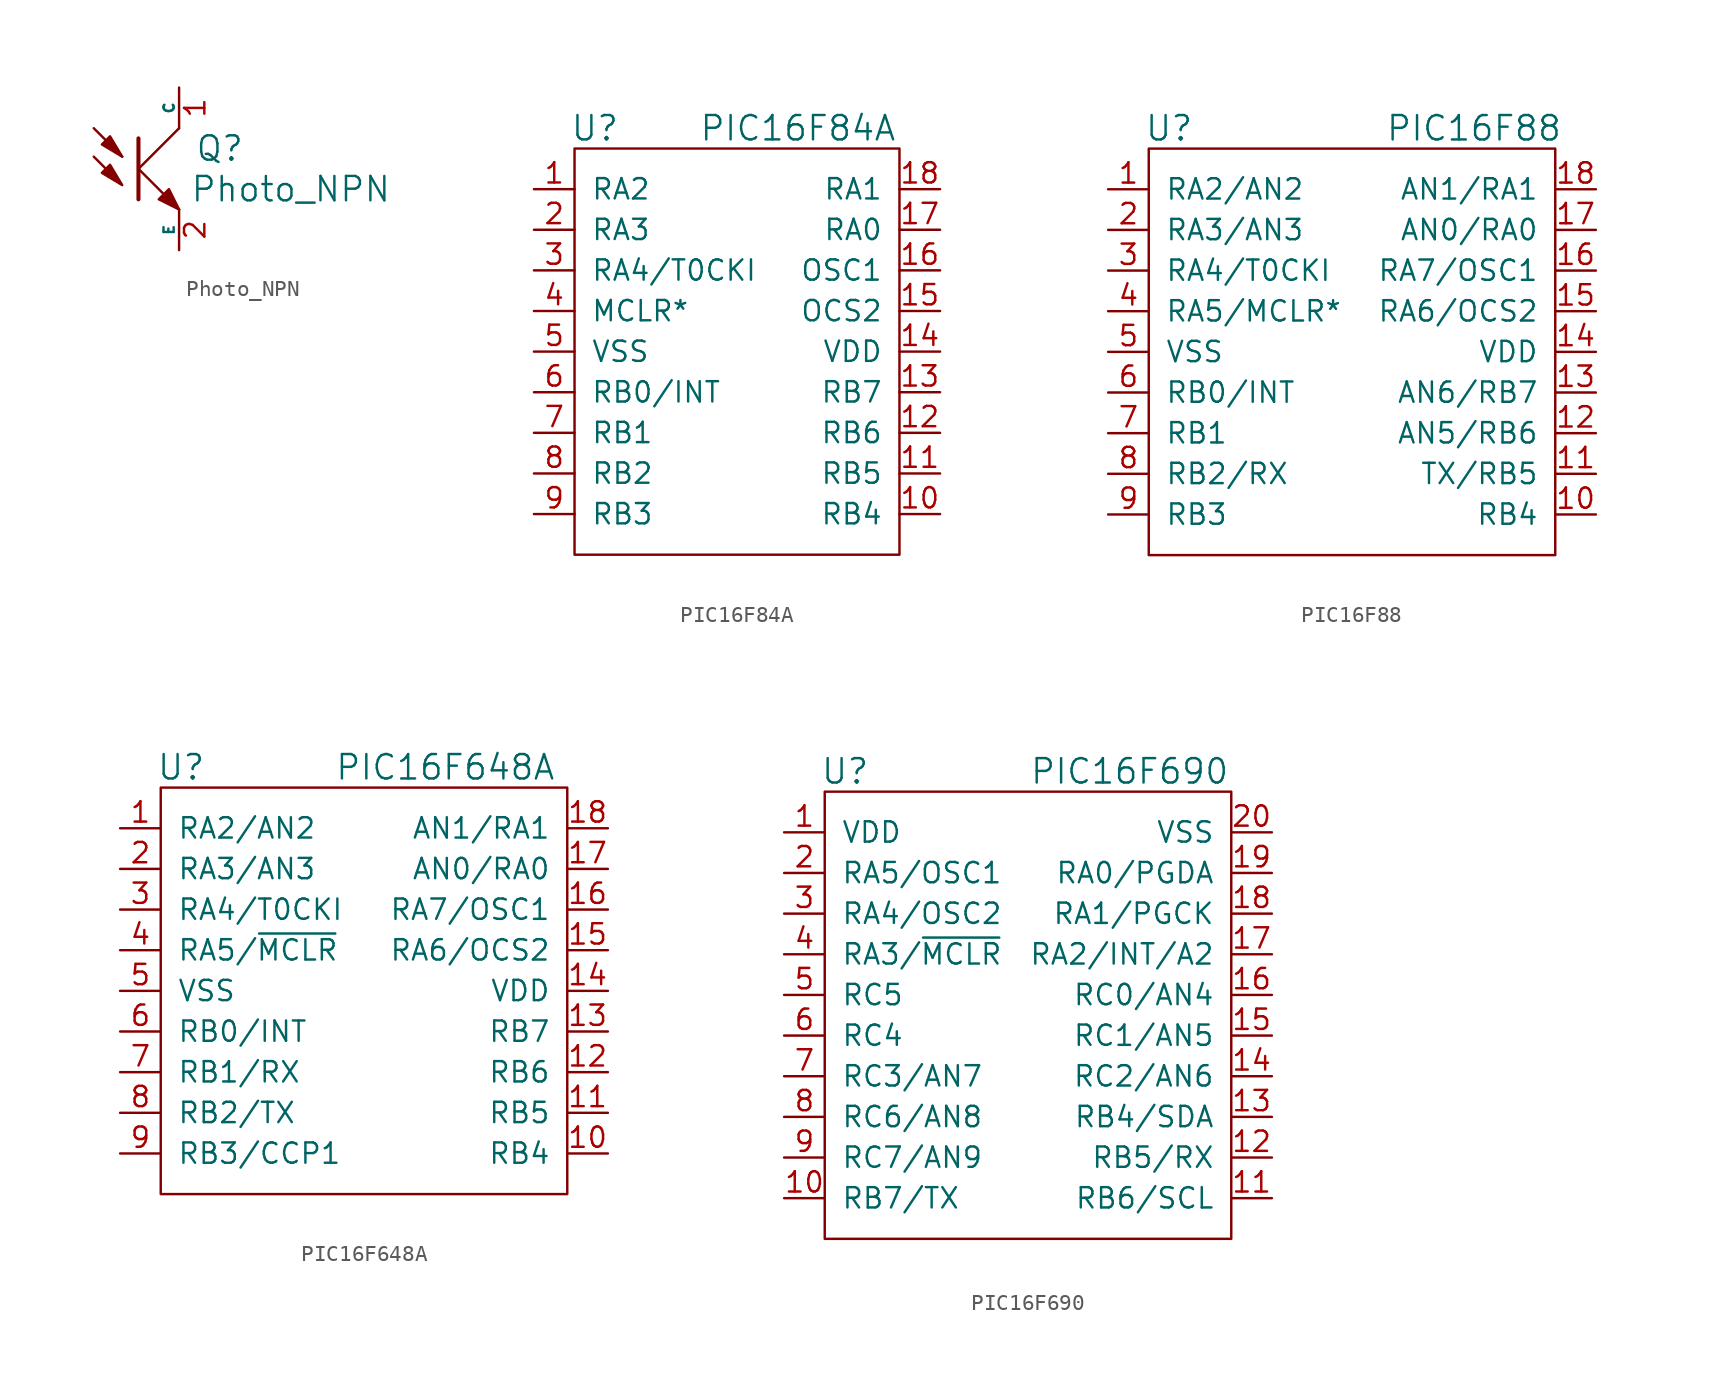
<source format=kicad_sym>
(kicad_symbol_lib
  (version 20211014)
  (generator kicad_symbol_editor)
  (symbol "Photo_NPN"
    (pin_names
      (offset 0))
    (property "Reference" "Q"
      (at 5.08 1.27 0)
      (effects (font (size 1.524 1.524))))
    (property "Value" "Photo_NPN"
      (at 9.525 -1.27 0)
      (effects (font (size 1.524 1.524))))
    (property "Footprint" ""
      (at 0 0 0)
      (effects (font (size 1.524 1.524))))
    (property "Datasheet" ""
      (at 0 0 0)
      (effects (font (size 1.524 1.524))))
    (symbol "Photo_NPN_0_1"
      (polyline (pts (xy -1.016 0.762) (xy -2.794 2.54)) (stroke (width 0) (type default) (color 0 0 0 0)) (fill (type none)))
      (polyline (pts (xy 0 0) (xy 2.54 -2.54)) (stroke (width 0) (type default) (color 0 0 0 0)) (fill (type none)))
      (polyline (pts (xy 0 0) (xy 2.54 2.54)) (stroke (width 0) (type default) (color 0 0 0 0)) (fill (type none)))
      (polyline (pts (xy 0 1.905) (xy 0 -1.905)) (stroke (width 0.254) (type default) (color 0 0 0 0)) (fill (type none)))
      (polyline (pts (xy -1.016 0.762) (xy -1.778 2.032) (xy -2.286 1.524) (xy -1.016 0.762)) (stroke (width 0) (type default) (color 0 0 0 0)) (fill (type outline)))
      (polyline (pts (xy 2.54 -2.54) (xy 1.905 -1.27) (xy 1.27 -1.905) (xy 2.54 -2.54)) (stroke (width 0) (type default) (color 0 0 0 0)) (fill (type outline)))
      (polyline (pts (xy -2.794 0.762) (xy -1.016 -1.016) (xy -1.778 0.254) (xy -2.286 -0.254) (xy -1.016 -1.016)) (stroke (width 0) (type default) (color 0 0 0 0)) (fill (type outline))))
    (symbol "Photo_NPN_1_1"
      (pin passive line (at 2.54 5.08 270) (length 2.54) (name "C" (effects (font (size 0.635 0.635)))) (number "1" (effects (font (size 1.27 1.27)))))
      (pin passive line (at 2.54 -5.08 90) (length 2.54) (name "E" (effects (font (size 0.635 0.635)))) (number "2" (effects (font (size 1.27 1.27)))))))
  (symbol "PIC16F84A"
    (pin_names
      (offset 1.016))
    (property "Reference" "U"
      (at -8.89 13.97 0)
      (effects (font (size 1.524 1.524))))
    (property "Value" "PIC16F84A"
      (at 3.81 13.97 0)
      (effects (font (size 1.524 1.524))))
    (property "Footprint" ""
      (at 0 0 0)
      (effects (font (size 1.524 1.524))))
    (property "Datasheet" ""
      (at 0 0 0)
      (effects (font (size 1.524 1.524))))
    (symbol "PIC16F84A_0_1"
      (rectangle (start -10.16 12.7) (end 10.16 -12.7) (stroke (width 0) (type default) (color 0 0 0 0)) (fill (type none))))
    (symbol "PIC16F84A_1_1"
      (pin bidirectional line (at -12.7 10.16 0) (length 2.54) (name "RA2" (effects (font (size 1.27 1.27)))) (number "1" (effects (font (size 1.27 1.27)))))
      (pin bidirectional line (at 12.7 -10.16 180) (length 2.54) (name "RB4" (effects (font (size 1.27 1.27)))) (number "10" (effects (font (size 1.27 1.27)))))
      (pin bidirectional line (at 12.7 -7.62 180) (length 2.54) (name "RB5" (effects (font (size 1.27 1.27)))) (number "11" (effects (font (size 1.27 1.27)))))
      (pin bidirectional line (at 12.7 -5.08 180) (length 2.54) (name "RB6" (effects (font (size 1.27 1.27)))) (number "12" (effects (font (size 1.27 1.27)))))
      (pin bidirectional line (at 12.7 -2.54 180) (length 2.54) (name "RB7" (effects (font (size 1.27 1.27)))) (number "13" (effects (font (size 1.27 1.27)))))
      (pin power_in line (at 12.7 0 180) (length 2.54) (name "VDD" (effects (font (size 1.27 1.27)))) (number "14" (effects (font (size 1.27 1.27)))))
      (pin output line (at 12.7 2.54 180) (length 2.54) (name "OCS2" (effects (font (size 1.27 1.27)))) (number "15" (effects (font (size 1.27 1.27)))))
      (pin input line (at 12.7 5.08 180) (length 2.54) (name "OSC1" (effects (font (size 1.27 1.27)))) (number "16" (effects (font (size 1.27 1.27)))))
      (pin bidirectional line (at 12.7 7.62 180) (length 2.54) (name "RA0" (effects (font (size 1.27 1.27)))) (number "17" (effects (font (size 1.27 1.27)))))
      (pin bidirectional line (at 12.7 10.16 180) (length 2.54) (name "RA1" (effects (font (size 1.27 1.27)))) (number "18" (effects (font (size 1.27 1.27)))))
      (pin bidirectional line (at -12.7 7.62 0) (length 2.54) (name "RA3" (effects (font (size 1.27 1.27)))) (number "2" (effects (font (size 1.27 1.27)))))
      (pin bidirectional line (at -12.7 5.08 0) (length 2.54) (name "RA4/T0CKI" (effects (font (size 1.27 1.27)))) (number "3" (effects (font (size 1.27 1.27)))))
      (pin input line (at -12.7 2.54 0) (length 2.54) (name "MCLR*" (effects (font (size 1.27 1.27)))) (number "4" (effects (font (size 1.27 1.27)))))
      (pin power_in line (at -12.7 0 0) (length 2.54) (name "VSS" (effects (font (size 1.27 1.27)))) (number "5" (effects (font (size 1.27 1.27)))))
      (pin bidirectional line (at -12.7 -2.54 0) (length 2.54) (name "RB0/INT" (effects (font (size 1.27 1.27)))) (number "6" (effects (font (size 1.27 1.27)))))
      (pin bidirectional line (at -12.7 -5.08 0) (length 2.54) (name "RB1" (effects (font (size 1.27 1.27)))) (number "7" (effects (font (size 1.27 1.27)))))
      (pin bidirectional line (at -12.7 -7.62 0) (length 2.54) (name "RB2" (effects (font (size 1.27 1.27)))) (number "8" (effects (font (size 1.27 1.27)))))
      (pin bidirectional line (at -12.7 -10.16 0) (length 2.54) (name "RB3" (effects (font (size 1.27 1.27)))) (number "9" (effects (font (size 1.27 1.27)))))))
  (symbol "PIC16F88"
    (pin_names
      (offset 1.016))
    (property "Reference" "U"
      (at -11.43 13.97 0)
      (effects (font (size 1.524 1.524))))
    (property "Value" "PIC16F88"
      (at 7.62 13.97 0)
      (effects (font (size 1.524 1.524))))
    (property "Footprint" ""
      (at 0 0 0)
      (effects (font (size 1.524 1.524))))
    (property "Datasheet" ""
      (at 0 0 0)
      (effects (font (size 1.524 1.524))))
    (symbol "PIC16F88_0_1"
      (rectangle (start -12.7 12.7) (end 12.7 -12.7) (stroke (width 0) (type default) (color 0 0 0 0)) (fill (type none))))
    (symbol "PIC16F88_1_1"
      (pin bidirectional line (at -15.24 10.16 0) (length 2.54) (name "RA2/AN2" (effects (font (size 1.27 1.27)))) (number "1" (effects (font (size 1.27 1.27)))))
      (pin bidirectional line (at 15.24 -10.16 180) (length 2.54) (name "RB4" (effects (font (size 1.27 1.27)))) (number "10" (effects (font (size 1.27 1.27)))))
      (pin bidirectional line (at 15.24 -7.62 180) (length 2.54) (name "TX/RB5" (effects (font (size 1.27 1.27)))) (number "11" (effects (font (size 1.27 1.27)))))
      (pin bidirectional line (at 15.24 -5.08 180) (length 2.54) (name "AN5/RB6" (effects (font (size 1.27 1.27)))) (number "12" (effects (font (size 1.27 1.27)))))
      (pin bidirectional line (at 15.24 -2.54 180) (length 2.54) (name "AN6/RB7" (effects (font (size 1.27 1.27)))) (number "13" (effects (font (size 1.27 1.27)))))
      (pin power_in line (at 15.24 0 180) (length 2.54) (name "VDD" (effects (font (size 1.27 1.27)))) (number "14" (effects (font (size 1.27 1.27)))))
      (pin bidirectional line (at 15.24 2.54 180) (length 2.54) (name "RA6/OCS2" (effects (font (size 1.27 1.27)))) (number "15" (effects (font (size 1.27 1.27)))))
      (pin bidirectional line (at 15.24 5.08 180) (length 2.54) (name "RA7/OSC1" (effects (font (size 1.27 1.27)))) (number "16" (effects (font (size 1.27 1.27)))))
      (pin bidirectional line (at 15.24 7.62 180) (length 2.54) (name "AN0/RA0" (effects (font (size 1.27 1.27)))) (number "17" (effects (font (size 1.27 1.27)))))
      (pin bidirectional line (at 15.24 10.16 180) (length 2.54) (name "AN1/RA1" (effects (font (size 1.27 1.27)))) (number "18" (effects (font (size 1.27 1.27)))))
      (pin bidirectional line (at -15.24 7.62 0) (length 2.54) (name "RA3/AN3" (effects (font (size 1.27 1.27)))) (number "2" (effects (font (size 1.27 1.27)))))
      (pin bidirectional line (at -15.24 5.08 0) (length 2.54) (name "RA4/T0CKI" (effects (font (size 1.27 1.27)))) (number "3" (effects (font (size 1.27 1.27)))))
      (pin input line (at -15.24 2.54 0) (length 2.54) (name "RA5/MCLR*" (effects (font (size 1.27 1.27)))) (number "4" (effects (font (size 1.27 1.27)))))
      (pin power_in line (at -15.24 0 0) (length 2.54) (name "VSS" (effects (font (size 1.27 1.27)))) (number "5" (effects (font (size 1.27 1.27)))))
      (pin bidirectional line (at -15.24 -2.54 0) (length 2.54) (name "RB0/INT" (effects (font (size 1.27 1.27)))) (number "6" (effects (font (size 1.27 1.27)))))
      (pin bidirectional line (at -15.24 -5.08 0) (length 2.54) (name "RB1" (effects (font (size 1.27 1.27)))) (number "7" (effects (font (size 1.27 1.27)))))
      (pin bidirectional line (at -15.24 -7.62 0) (length 2.54) (name "RB2/RX" (effects (font (size 1.27 1.27)))) (number "8" (effects (font (size 1.27 1.27)))))
      (pin bidirectional line (at -15.24 -10.16 0) (length 2.54) (name "RB3" (effects (font (size 1.27 1.27)))) (number "9" (effects (font (size 1.27 1.27)))))))
  (symbol "PIC16F648A"
    (pin_names
      (offset 1.016))
    (property "Reference" "U"
      (at -11.43 13.97 0)
      (effects (font (size 1.524 1.524))))
    (property "Value" "PIC16F648A"
      (at 5.08 13.97 0)
      (effects (font (size 1.524 1.524))))
    (property "Footprint" ""
      (at 0 0 0)
      (effects (font (size 1.524 1.524))))
    (property "Datasheet" ""
      (at 0 0 0)
      (effects (font (size 1.524 1.524))))
    (symbol "PIC16F648A_0_1"
      (rectangle (start -12.7 12.7) (end 12.7 -12.7) (stroke (width 0) (type default) (color 0 0 0 0)) (fill (type none))))
    (symbol "PIC16F648A_1_1"
      (pin bidirectional line (at -15.24 10.16 0) (length 2.54) (name "RA2/AN2" (effects (font (size 1.27 1.27)))) (number "1" (effects (font (size 1.27 1.27)))))
      (pin bidirectional line (at 15.24 -10.16 180) (length 2.54) (name "RB4" (effects (font (size 1.27 1.27)))) (number "10" (effects (font (size 1.27 1.27)))))
      (pin bidirectional line (at 15.24 -7.62 180) (length 2.54) (name "RB5" (effects (font (size 1.27 1.27)))) (number "11" (effects (font (size 1.27 1.27)))))
      (pin bidirectional line (at 15.24 -5.08 180) (length 2.54) (name "RB6" (effects (font (size 1.27 1.27)))) (number "12" (effects (font (size 1.27 1.27)))))
      (pin bidirectional line (at 15.24 -2.54 180) (length 2.54) (name "RB7" (effects (font (size 1.27 1.27)))) (number "13" (effects (font (size 1.27 1.27)))))
      (pin power_in line (at 15.24 0 180) (length 2.54) (name "VDD" (effects (font (size 1.27 1.27)))) (number "14" (effects (font (size 1.27 1.27)))))
      (pin bidirectional line (at 15.24 2.54 180) (length 2.54) (name "RA6/OCS2" (effects (font (size 1.27 1.27)))) (number "15" (effects (font (size 1.27 1.27)))))
      (pin bidirectional line (at 15.24 5.08 180) (length 2.54) (name "RA7/OSC1" (effects (font (size 1.27 1.27)))) (number "16" (effects (font (size 1.27 1.27)))))
      (pin bidirectional line (at 15.24 7.62 180) (length 2.54) (name "AN0/RA0" (effects (font (size 1.27 1.27)))) (number "17" (effects (font (size 1.27 1.27)))))
      (pin bidirectional line (at 15.24 10.16 180) (length 2.54) (name "AN1/RA1" (effects (font (size 1.27 1.27)))) (number "18" (effects (font (size 1.27 1.27)))))
      (pin bidirectional line (at -15.24 7.62 0) (length 2.54) (name "RA3/AN3" (effects (font (size 1.27 1.27)))) (number "2" (effects (font (size 1.27 1.27)))))
      (pin bidirectional line (at -15.24 5.08 0) (length 2.54) (name "RA4/T0CKI" (effects (font (size 1.27 1.27)))) (number "3" (effects (font (size 1.27 1.27)))))
      (pin input line (at -15.24 2.54 0) (length 2.54) (name "RA5/~{MCLR}" (effects (font (size 1.27 1.27)))) (number "4" (effects (font (size 1.27 1.27)))))
      (pin passive line (at -15.24 0 0) (length 2.54) (name "VSS" (effects (font (size 1.27 1.27)))) (number "5" (effects (font (size 1.27 1.27)))))
      (pin bidirectional line (at -15.24 -2.54 0) (length 2.54) (name "RB0/INT" (effects (font (size 1.27 1.27)))) (number "6" (effects (font (size 1.27 1.27)))))
      (pin bidirectional line (at -15.24 -5.08 0) (length 2.54) (name "RB1/RX" (effects (font (size 1.27 1.27)))) (number "7" (effects (font (size 1.27 1.27)))))
      (pin bidirectional line (at -15.24 -7.62 0) (length 2.54) (name "RB2/TX" (effects (font (size 1.27 1.27)))) (number "8" (effects (font (size 1.27 1.27)))))
      (pin bidirectional line (at -15.24 -10.16 0) (length 2.54) (name "RB3/CCP1" (effects (font (size 1.27 1.27)))) (number "9" (effects (font (size 1.27 1.27)))))))
  (symbol "PIC16F690"
    (pin_names
      (offset 1.016))
    (property "Reference" "U"
      (at -11.43 15.24 0)
      (effects (font (size 1.524 1.524))))
    (property "Value" "PIC16F690"
      (at 6.35 15.24 0)
      (effects (font (size 1.524 1.524))))
    (property "Footprint" ""
      (at 0 0 0)
      (effects (font (size 1.524 1.524))))
    (property "Datasheet" ""
      (at 0 0 0)
      (effects (font (size 1.524 1.524))))
    (symbol "PIC16F690_0_1"
      (rectangle (start -12.7 13.97) (end 12.7 -13.97) (stroke (width 0) (type default) (color 0 0 0 0)) (fill (type none))))
    (symbol "PIC16F690_1_1"
      (pin power_in line (at -15.24 11.43 0) (length 2.54) (name "VDD" (effects (font (size 1.27 1.27)))) (number "1" (effects (font (size 1.27 1.27)))))
      (pin bidirectional line (at -15.24 -11.43 0) (length 2.54) (name "RB7/TX" (effects (font (size 1.27 1.27)))) (number "10" (effects (font (size 1.27 1.27)))))
      (pin bidirectional line (at 15.24 -11.43 180) (length 2.54) (name "RB6/SCL" (effects (font (size 1.27 1.27)))) (number "11" (effects (font (size 1.27 1.27)))))
      (pin bidirectional line (at 15.24 -8.89 180) (length 2.54) (name "RB5/RX" (effects (font (size 1.27 1.27)))) (number "12" (effects (font (size 1.27 1.27)))))
      (pin bidirectional line (at 15.24 -6.35 180) (length 2.54) (name "RB4/SDA" (effects (font (size 1.27 1.27)))) (number "13" (effects (font (size 1.27 1.27)))))
      (pin bidirectional line (at 15.24 -3.81 180) (length 2.54) (name "RC2/AN6" (effects (font (size 1.27 1.27)))) (number "14" (effects (font (size 1.27 1.27)))))
      (pin bidirectional line (at 15.24 -1.27 180) (length 2.54) (name "RC1/AN5" (effects (font (size 1.27 1.27)))) (number "15" (effects (font (size 1.27 1.27)))))
      (pin bidirectional line (at 15.24 1.27 180) (length 2.54) (name "RC0/AN4" (effects (font (size 1.27 1.27)))) (number "16" (effects (font (size 1.27 1.27)))))
      (pin bidirectional line (at 15.24 3.81 180) (length 2.54) (name "RA2/INT/A2" (effects (font (size 1.27 1.27)))) (number "17" (effects (font (size 1.27 1.27)))))
      (pin bidirectional line (at 15.24 6.35 180) (length 2.54) (name "RA1/PGCK" (effects (font (size 1.27 1.27)))) (number "18" (effects (font (size 1.27 1.27)))))
      (pin bidirectional line (at 15.24 8.89 180) (length 2.54) (name "RA0/PGDA" (effects (font (size 1.27 1.27)))) (number "19" (effects (font (size 1.27 1.27)))))
      (pin bidirectional line (at -15.24 8.89 0) (length 2.54) (name "RA5/OSC1" (effects (font (size 1.27 1.27)))) (number "2" (effects (font (size 1.27 1.27)))))
      (pin passive line (at 15.24 11.43 180) (length 2.54) (name "VSS" (effects (font (size 1.27 1.27)))) (number "20" (effects (font (size 1.27 1.27)))))
      (pin bidirectional line (at -15.24 6.35 0) (length 2.54) (name "RA4/OSC2" (effects (font (size 1.27 1.27)))) (number "3" (effects (font (size 1.27 1.27)))))
      (pin input line (at -15.24 3.81 0) (length 2.54) (name "RA3/~{MCLR}" (effects (font (size 1.27 1.27)))) (number "4" (effects (font (size 1.27 1.27)))))
      (pin bidirectional line (at -15.24 1.27 0) (length 2.54) (name "RC5" (effects (font (size 1.27 1.27)))) (number "5" (effects (font (size 1.27 1.27)))))
      (pin bidirectional line (at -15.24 -1.27 0) (length 2.54) (name "RC4" (effects (font (size 1.27 1.27)))) (number "6" (effects (font (size 1.27 1.27)))))
      (pin bidirectional line (at -15.24 -3.81 0) (length 2.54) (name "RC3/AN7" (effects (font (size 1.27 1.27)))) (number "7" (effects (font (size 1.27 1.27)))))
      (pin bidirectional line (at -15.24 -6.35 0) (length 2.54) (name "RC6/AN8" (effects (font (size 1.27 1.27)))) (number "8" (effects (font (size 1.27 1.27)))))
      (pin bidirectional line (at -15.24 -8.89 0) (length 2.54) (name "RC7/AN9" (effects (font (size 1.27 1.27)))) (number "9" (effects (font (size 1.27 1.27))))))))
</source>
